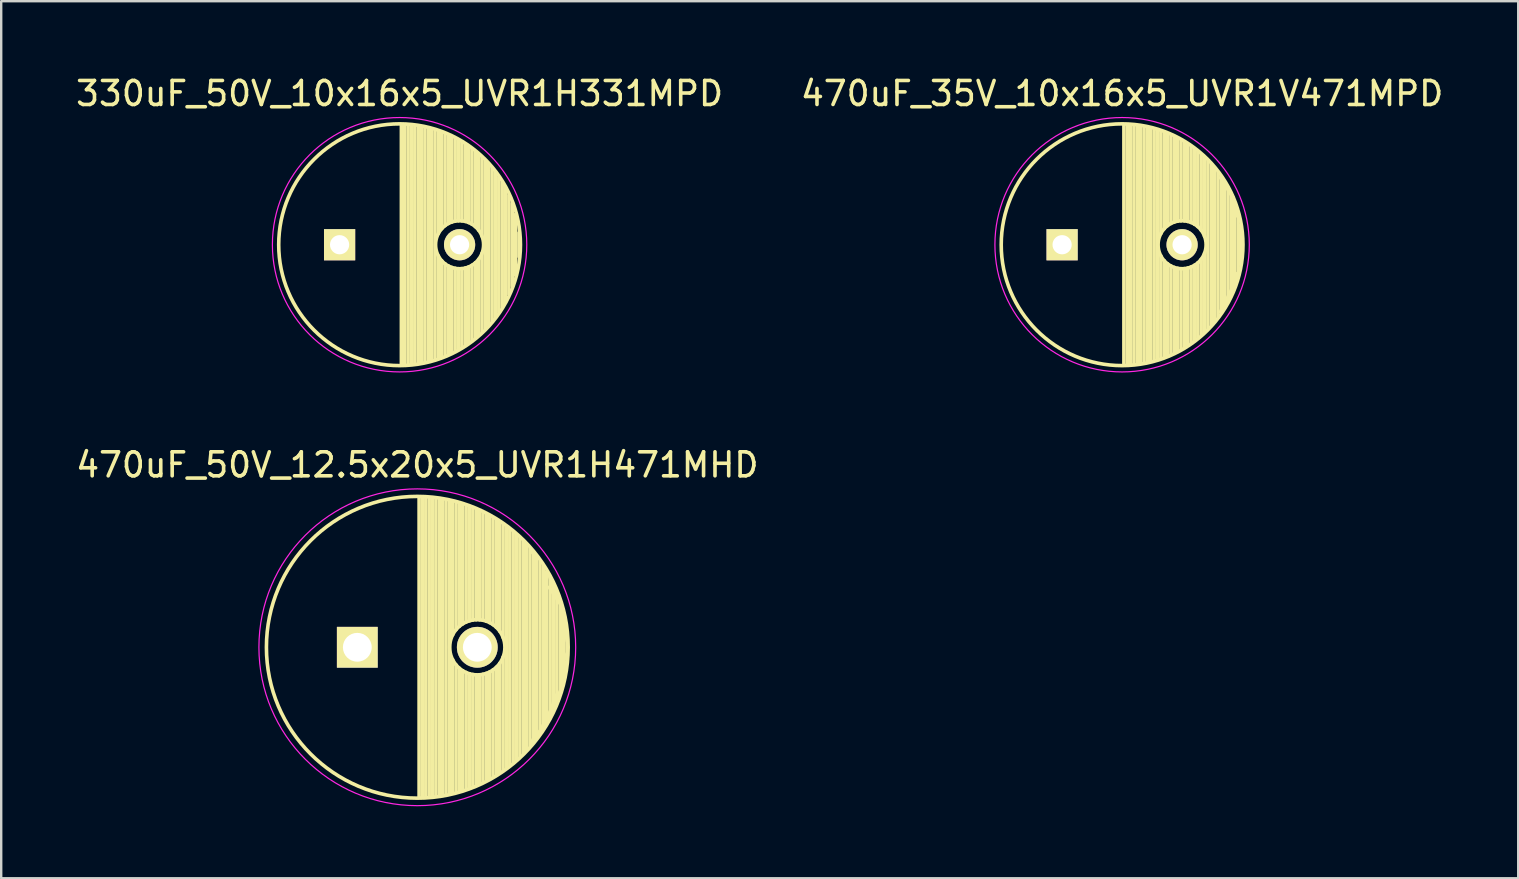
<source format=kicad_pcb>
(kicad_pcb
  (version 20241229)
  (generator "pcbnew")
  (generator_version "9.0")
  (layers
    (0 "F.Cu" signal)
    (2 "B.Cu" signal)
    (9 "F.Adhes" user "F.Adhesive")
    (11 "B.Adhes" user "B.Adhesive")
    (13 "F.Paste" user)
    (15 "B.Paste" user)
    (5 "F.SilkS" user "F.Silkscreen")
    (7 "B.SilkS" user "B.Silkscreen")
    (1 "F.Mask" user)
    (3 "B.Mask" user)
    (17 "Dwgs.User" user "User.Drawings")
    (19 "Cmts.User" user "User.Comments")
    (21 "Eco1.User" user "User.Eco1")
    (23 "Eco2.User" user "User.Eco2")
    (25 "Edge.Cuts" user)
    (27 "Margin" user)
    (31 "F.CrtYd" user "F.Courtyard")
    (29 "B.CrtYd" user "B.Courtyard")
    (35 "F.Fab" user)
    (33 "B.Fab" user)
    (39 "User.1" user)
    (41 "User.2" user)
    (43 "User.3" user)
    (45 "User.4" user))
  (footprint "470uF_50V_12.5x20x5_UVR1H471MHD"
    (layer "F.Cu")
    (at 11.839 23.922)
    (property "Reference" "470uF_50V_12.5x20x5_UVR1H471MHD" (at 2.5 -7.6 0) (layer "F.SilkS") (effects (font (size 1 1) (thickness 0.15))))
    (attr through_hole)
    (fp_line (start 2.575 -6.25) (end 2.575 6.25) (stroke (width 0.15) (type solid)) (layer "F.SilkS"))
    (fp_line (start 2.715 -6.246) (end 2.715 6.246) (stroke (width 0.15) (type solid)) (layer "F.SilkS"))
    (fp_line (start 2.855 -6.24) (end 2.855 6.24) (stroke (width 0.15) (type solid)) (layer "F.SilkS"))
    (fp_line (start 2.995 -6.23) (end 2.995 6.23) (stroke (width 0.15) (type solid)) (layer "F.SilkS"))
    (fp_line (start 3.135 -6.218) (end 3.135 6.218) (stroke (width 0.15) (type solid)) (layer "F.SilkS"))
    (fp_line (start 3.275 -6.202) (end 3.275 6.202) (stroke (width 0.15) (type solid)) (layer "F.SilkS"))
    (fp_line (start 3.415 -6.183) (end 3.415 6.183) (stroke (width 0.15) (type solid)) (layer "F.SilkS"))
    (fp_line (start 3.555 -6.16) (end 3.555 6.16) (stroke (width 0.15) (type solid)) (layer "F.SilkS"))
    (fp_line (start 3.695 -6.135) (end 3.695 6.135) (stroke (width 0.15) (type solid)) (layer "F.SilkS"))
    (fp_line (start 3.835 -6.106) (end 3.835 6.106) (stroke (width 0.15) (type solid)) (layer "F.SilkS"))
    (fp_line (start 3.975 -6.073) (end 3.975 -0.521) (stroke (width 0.15) (type solid)) (layer "F.SilkS"))
    (fp_line (start 3.975 0.521) (end 3.975 6.073) (stroke (width 0.15) (type solid)) (layer "F.SilkS"))
    (fp_line (start 4.115 -6.038) (end 4.115 -0.734) (stroke (width 0.15) (type solid)) (layer "F.SilkS"))
    (fp_line (start 4.115 0.734) (end 4.115 6.038) (stroke (width 0.15) (type solid)) (layer "F.SilkS"))
    (fp_line (start 4.255 -5.999) (end 4.255 -0.876) (stroke (width 0.15) (type solid)) (layer "F.SilkS"))
    (fp_line (start 4.255 0.876) (end 4.255 5.999) (stroke (width 0.15) (type solid)) (layer "F.SilkS"))
    (fp_line (start 4.395 -5.956) (end 4.395 -0.978) (stroke (width 0.15) (type solid)) (layer "F.SilkS"))
    (fp_line (start 4.395 0.978) (end 4.395 5.956) (stroke (width 0.15) (type solid)) (layer "F.SilkS"))
    (fp_line (start 4.535 -5.909) (end 4.535 -1.052) (stroke (width 0.15) (type solid)) (layer "F.SilkS"))
    (fp_line (start 4.535 1.052) (end 4.535 5.909) (stroke (width 0.15) (type solid)) (layer "F.SilkS"))
    (fp_line (start 4.675 -5.859) (end 4.675 -1.103) (stroke (width 0.15) (type solid)) (layer "F.SilkS"))
    (fp_line (start 4.675 1.103) (end 4.675 5.859) (stroke (width 0.15) (type solid)) (layer "F.SilkS"))
    (fp_line (start 4.815 -5.805) (end 4.815 -1.135) (stroke (width 0.15) (type solid)) (layer "F.SilkS"))
    (fp_line (start 4.815 1.135) (end 4.815 5.805) (stroke (width 0.15) (type solid)) (layer "F.SilkS"))
    (fp_line (start 4.955 -5.748) (end 4.955 -1.149) (stroke (width 0.15) (type solid)) (layer "F.SilkS"))
    (fp_line (start 4.955 1.149) (end 4.955 5.748) (stroke (width 0.15) (type solid)) (layer "F.SilkS"))
    (fp_line (start 5.095 -5.686) (end 5.095 -1.146) (stroke (width 0.15) (type solid)) (layer "F.SilkS"))
    (fp_line (start 5.095 1.146) (end 5.095 5.686) (stroke (width 0.15) (type solid)) (layer "F.SilkS"))
    (fp_line (start 5.235 -5.62) (end 5.235 -1.126) (stroke (width 0.15) (type solid)) (layer "F.SilkS"))
    (fp_line (start 5.235 1.126) (end 5.235 5.62) (stroke (width 0.15) (type solid)) (layer "F.SilkS"))
    (fp_line (start 5.375 -5.549) (end 5.375 -1.087) (stroke (width 0.15) (type solid)) (layer "F.SilkS"))
    (fp_line (start 5.375 1.087) (end 5.375 5.549) (stroke (width 0.15) (type solid)) (layer "F.SilkS"))
    (fp_line (start 5.515 -5.475) (end 5.515 -1.028) (stroke (width 0.15) (type solid)) (layer "F.SilkS"))
    (fp_line (start 5.515 1.028) (end 5.515 5.475) (stroke (width 0.15) (type solid)) (layer "F.SilkS"))
    (fp_line (start 5.655 -5.395) (end 5.655 -0.945) (stroke (width 0.15) (type solid)) (layer "F.SilkS"))
    (fp_line (start 5.655 0.945) (end 5.655 5.395) (stroke (width 0.15) (type solid)) (layer "F.SilkS"))
    (fp_line (start 5.795 -5.311) (end 5.795 -0.831) (stroke (width 0.15) (type solid)) (layer "F.SilkS"))
    (fp_line (start 5.795 0.831) (end 5.795 5.311) (stroke (width 0.15) (type solid)) (layer "F.SilkS"))
    (fp_line (start 5.935 -5.221) (end 5.935 -0.67) (stroke (width 0.15) (type solid)) (layer "F.SilkS"))
    (fp_line (start 5.935 0.67) (end 5.935 5.221) (stroke (width 0.15) (type solid)) (layer "F.SilkS"))
    (fp_line (start 6.075 -5.127) (end 6.075 -0.409) (stroke (width 0.15) (type solid)) (layer "F.SilkS"))
    (fp_line (start 6.075 0.409) (end 6.075 5.127) (stroke (width 0.15) (type solid)) (layer "F.SilkS"))
    (fp_line (start 6.215 -5.026) (end 6.215 5.026) (stroke (width 0.15) (type solid)) (layer "F.SilkS"))
    (fp_line (start 6.355 -4.919) (end 6.355 4.919) (stroke (width 0.15) (type solid)) (layer "F.SilkS"))
    (fp_line (start 6.495 -4.807) (end 6.495 4.807) (stroke (width 0.15) (type solid)) (layer "F.SilkS"))
    (fp_line (start 6.635 -4.687) (end 6.635 4.687) (stroke (width 0.15) (type solid)) (layer "F.SilkS"))
    (fp_line (start 6.775 -4.559) (end 6.775 4.559) (stroke (width 0.15) (type solid)) (layer "F.SilkS"))
    (fp_line (start 6.915 -4.424) (end 6.915 4.424) (stroke (width 0.15) (type solid)) (layer "F.SilkS"))
    (fp_line (start 7 -4.25) (end 7 4.25) (stroke (width 0.15) (type solid)) (layer "F.SilkS"))
    (fp_line (start 7.055 -4.28) (end 7.055 4.28) (stroke (width 0.15) (type solid)) (layer "F.SilkS"))
    (fp_line (start 7.195 -4.125) (end 7.195 4.125) (stroke (width 0.15) (type solid)) (layer "F.SilkS"))
    (fp_line (start 7.335 -3.96) (end 7.335 3.96) (stroke (width 0.15) (type solid)) (layer "F.SilkS"))
    (fp_line (start 7.475 -3.783) (end 7.475 3.783) (stroke (width 0.15) (type solid)) (layer "F.SilkS"))
    (fp_line (start 7.5 -3.75) (end 7.25 -4) (stroke (width 0.15) (type solid)) (layer "F.SilkS"))
    (fp_line (start 7.5 3.5) (end 7.25 4) (stroke (width 0.15) (type solid)) (layer "F.SilkS"))
    (fp_line (start 7.615 -3.592) (end 7.615 3.592) (stroke (width 0.15) (type solid)) (layer "F.SilkS"))
    (fp_line (start 7.75 3.25) (end 7.5 3.75) (stroke (width 0.15) (type solid)) (layer "F.SilkS"))
    (fp_line (start 7.755 -3.383) (end 7.755 3.383) (stroke (width 0.15) (type solid)) (layer "F.SilkS"))
    (fp_line (start 7.895 -3.155) (end 7.895 3.155) (stroke (width 0.15) (type solid)) (layer "F.SilkS"))
    (fp_line (start 8.035 -2.903) (end 8.035 2.903) (stroke (width 0.15) (type solid)) (layer "F.SilkS"))
    (fp_line (start 8.175 -2.619) (end 8.175 2.619) (stroke (width 0.15) (type solid)) (layer "F.SilkS"))
    (fp_line (start 8.25 -2.25) (end 8 -3) (stroke (width 0.15) (type solid)) (layer "F.SilkS"))
    (fp_line (start 8.25 2) (end 8 3) (stroke (width 0.15) (type solid)) (layer "F.SilkS"))
    (fp_line (start 8.25 2.25) (end 7.75 3.25) (stroke (width 0.15) (type solid)) (layer "F.SilkS"))
    (fp_line (start 8.315 -2.291) (end 8.315 2.291) (stroke (width 0.15) (type solid)) (layer "F.SilkS"))
    (fp_line (start 8.455 -1.897) (end 8.455 1.897) (stroke (width 0.15) (type solid)) (layer "F.SilkS"))
    (fp_line (start 8.5 -1.75) (end 8 -2.5) (stroke (width 0.15) (type solid)) (layer "F.SilkS"))
    (fp_line (start 8.5 -1.5) (end 8.75 -0.25) (stroke (width 0.15) (type solid)) (layer "F.SilkS"))
    (fp_line (start 8.5 1.75) (end 8.25 2.25) (stroke (width 0.15) (type solid)) (layer "F.SilkS"))
    (fp_line (start 8.595 -1.383) (end 8.595 1.383) (stroke (width 0.15) (type solid)) (layer "F.SilkS"))
    (fp_line (start 8.735 -0.433) (end 8.735 0.433) (stroke (width 0.15) (type solid)) (layer "F.SilkS"))
    (fp_line (start 8.75 0.25) (end 8.5 0.75) (stroke (width 0.15) (type solid)) (layer "F.SilkS"))
    (fp_line (start 8.75 0.5) (end 8.5 1.5) (stroke (width 0.15) (type solid)) (layer "F.SilkS"))
    (fp_circle (center 2.5 0) (end 2.5 -6.287) (stroke (width 0.15) (type solid)) (fill no) (layer "F.SilkS"))
    (fp_circle (center 5 0) (end 5 -1.15) (stroke (width 0.15) (type solid)) (fill no) (layer "F.SilkS"))
    (fp_circle (center 2.5 0) (end 2.5 -6.6) (stroke (width 0.05) (type solid)) (fill no) (layer "F.CrtYd"))
    (pad "1" thru_hole rect (at 0 0) (size 1.7 1.7) (drill 1.2) (layers "*.Cu" "*.Mask" "F.SilkS"))
    (pad "2" thru_hole circle (at 5 0) (size 1.7 1.7) (drill 1.2) (layers "*.Cu" "*.Mask" "F.SilkS")))
  (footprint "470uF_35V_10x16x5_UVR1V471MPD"
    (layer "F.Cu")
    (at 43.708 7.148)
    (property "Reference" "470uF_35V_10x16x5_UVR1V471MPD" (at 0 -6.3 0) (layer "F.SilkS") (effects (font (size 1 1) (thickness 0.15))))
    (attr through_hole)
    (fp_line (start 0.075 -4.999) (end 0.075 4.999) (stroke (width 0.15) (type solid)) (layer "F.SilkS"))
    (fp_line (start 0.215 -4.995) (end 0.215 4.995) (stroke (width 0.15) (type solid)) (layer "F.SilkS"))
    (fp_line (start 0.355 -4.987) (end 0.355 4.987) (stroke (width 0.15) (type solid)) (layer "F.SilkS"))
    (fp_line (start 0.495 -4.975) (end 0.495 4.975) (stroke (width 0.15) (type solid)) (layer "F.SilkS"))
    (fp_line (start 0.635 -4.96) (end 0.635 4.96) (stroke (width 0.15) (type solid)) (layer "F.SilkS"))
    (fp_line (start 0.775 -4.94) (end 0.775 4.94) (stroke (width 0.15) (type solid)) (layer "F.SilkS"))
    (fp_line (start 0.915 -4.916) (end 0.915 4.916) (stroke (width 0.15) (type solid)) (layer "F.SilkS"))
    (fp_line (start 1.055 -4.887) (end 1.055 4.887) (stroke (width 0.15) (type solid)) (layer "F.SilkS"))
    (fp_line (start 1.195 -4.855) (end 1.195 4.855) (stroke (width 0.15) (type solid)) (layer "F.SilkS"))
    (fp_line (start 1.335 -4.818) (end 1.335 4.818) (stroke (width 0.15) (type solid)) (layer "F.SilkS"))
    (fp_line (start 1.475 -4.777) (end 1.475 4.777) (stroke (width 0.15) (type solid)) (layer "F.SilkS"))
    (fp_line (start 1.615 -4.732) (end 1.615 -0.466) (stroke (width 0.15) (type solid)) (layer "F.SilkS"))
    (fp_line (start 1.615 0.466) (end 1.615 4.732) (stroke (width 0.15) (type solid)) (layer "F.SilkS"))
    (fp_line (start 1.755 -4.682) (end 1.755 -0.667) (stroke (width 0.15) (type solid)) (layer "F.SilkS"))
    (fp_line (start 1.755 0.667) (end 1.755 4.682) (stroke (width 0.15) (type solid)) (layer "F.SilkS"))
    (fp_line (start 1.895 -4.627) (end 1.895 -0.796) (stroke (width 0.15) (type solid)) (layer "F.SilkS"))
    (fp_line (start 1.895 0.796) (end 1.895 4.627) (stroke (width 0.15) (type solid)) (layer "F.SilkS"))
    (fp_line (start 2.035 -4.567) (end 2.035 -0.885) (stroke (width 0.15) (type solid)) (layer "F.SilkS"))
    (fp_line (start 2.035 0.885) (end 2.035 4.567) (stroke (width 0.15) (type solid)) (layer "F.SilkS"))
    (fp_line (start 2.175 -4.502) (end 2.175 -0.946) (stroke (width 0.15) (type solid)) (layer "F.SilkS"))
    (fp_line (start 2.175 0.946) (end 2.175 4.502) (stroke (width 0.15) (type solid)) (layer "F.SilkS"))
    (fp_line (start 2.315 -4.432) (end 2.315 -0.983) (stroke (width 0.15) (type solid)) (layer "F.SilkS"))
    (fp_line (start 2.315 0.983) (end 2.315 4.432) (stroke (width 0.15) (type solid)) (layer "F.SilkS"))
    (fp_line (start 2.455 -4.356) (end 2.455 -0.999) (stroke (width 0.15) (type solid)) (layer "F.SilkS"))
    (fp_line (start 2.455 0.999) (end 2.455 4.356) (stroke (width 0.15) (type solid)) (layer "F.SilkS"))
    (fp_line (start 2.595 -4.274) (end 2.595 -0.995) (stroke (width 0.15) (type solid)) (layer "F.SilkS"))
    (fp_line (start 2.595 0.995) (end 2.595 4.274) (stroke (width 0.15) (type solid)) (layer "F.SilkS"))
    (fp_line (start 2.735 -4.186) (end 2.735 -0.972) (stroke (width 0.15) (type solid)) (layer "F.SilkS"))
    (fp_line (start 2.735 0.972) (end 2.735 4.186) (stroke (width 0.15) (type solid)) (layer "F.SilkS"))
    (fp_line (start 2.875 -4.091) (end 2.875 -0.927) (stroke (width 0.15) (type solid)) (layer "F.SilkS"))
    (fp_line (start 2.875 0.927) (end 2.875 4.091) (stroke (width 0.15) (type solid)) (layer "F.SilkS"))
    (fp_line (start 3.015 -3.989) (end 3.015 -0.857) (stroke (width 0.15) (type solid)) (layer "F.SilkS"))
    (fp_line (start 3.015 0.857) (end 3.015 3.989) (stroke (width 0.15) (type solid)) (layer "F.SilkS"))
    (fp_line (start 3.155 -3.879) (end 3.155 -0.756) (stroke (width 0.15) (type solid)) (layer "F.SilkS"))
    (fp_line (start 3.155 0.756) (end 3.155 3.879) (stroke (width 0.15) (type solid)) (layer "F.SilkS"))
    (fp_line (start 3.295 -3.761) (end 3.295 -0.607) (stroke (width 0.15) (type solid)) (layer "F.SilkS"))
    (fp_line (start 3.295 0.607) (end 3.295 3.761) (stroke (width 0.15) (type solid)) (layer "F.SilkS"))
    (fp_line (start 3.435 -3.633) (end 3.435 -0.355) (stroke (width 0.15) (type solid)) (layer "F.SilkS"))
    (fp_line (start 3.435 0.355) (end 3.435 3.633) (stroke (width 0.15) (type solid)) (layer "F.SilkS"))
    (fp_line (start 3.575 -3.496) (end 3.575 3.496) (stroke (width 0.15) (type solid)) (layer "F.SilkS"))
    (fp_line (start 3.715 -3.346) (end 3.715 3.346) (stroke (width 0.15) (type solid)) (layer "F.SilkS"))
    (fp_line (start 3.855 -3.184) (end 3.855 3.184) (stroke (width 0.15) (type solid)) (layer "F.SilkS"))
    (fp_line (start 3.995 -3.007) (end 3.995 3.007) (stroke (width 0.15) (type solid)) (layer "F.SilkS"))
    (fp_line (start 4.135 -2.811) (end 4.135 2.811) (stroke (width 0.15) (type solid)) (layer "F.SilkS"))
    (fp_line (start 4.275 -2.593) (end 4.275 2.593) (stroke (width 0.15) (type solid)) (layer "F.SilkS"))
    (fp_line (start 4.415 -2.347) (end 4.415 2.347) (stroke (width 0.15) (type solid)) (layer "F.SilkS"))
    (fp_line (start 4.5 2) (end 4.1 2.8) (stroke (width 0.15) (type solid)) (layer "F.SilkS"))
    (fp_line (start 4.555 -2.062) (end 4.555 2.062) (stroke (width 0.15) (type solid)) (layer "F.SilkS"))
    (fp_line (start 4.6 -2) (end 4.1 -2.8) (stroke (width 0.15) (type solid)) (layer "F.SilkS"))
    (fp_line (start 4.695 -1.72) (end 4.695 1.72) (stroke (width 0.15) (type solid)) (layer "F.SilkS"))
    (fp_line (start 4.7 1.6) (end 4.5 2) (stroke (width 0.15) (type solid)) (layer "F.SilkS"))
    (fp_line (start 4.8 -1.2) (end 4.6 -2) (stroke (width 0.15) (type solid)) (layer "F.SilkS"))
    (fp_line (start 4.8 1.2) (end 4.7 1.6) (stroke (width 0.15) (type solid)) (layer "F.SilkS"))
    (fp_line (start 4.835 -1.274) (end 4.835 1.274) (stroke (width 0.15) (type solid)) (layer "F.SilkS"))
    (fp_line (start 4.9 -0.8) (end 4.9 0.8) (stroke (width 0.15) (type solid)) (layer "F.SilkS"))
    (fp_line (start 4.975 -0.499) (end 4.975 0.499) (stroke (width 0.15) (type solid)) (layer "F.SilkS"))
    (fp_circle (center 0 0) (end 0 -5.037) (stroke (width 0.15) (type solid)) (fill no) (layer "F.SilkS"))
    (fp_circle (center 2.5 0) (end 2.5 -1) (stroke (width 0.15) (type solid)) (fill no) (layer "F.SilkS"))
    (fp_circle (center 0 0) (end 0 -5.3) (stroke (width 0.05) (type solid)) (fill no) (layer "F.CrtYd"))
    (pad "1" thru_hole rect (at -2.5 0) (size 1.3 1.3) (drill 0.8) (layers "*.Cu" "*.Mask" "F.SilkS"))
    (pad "2" thru_hole circle (at 2.5 0) (size 1.3 1.3) (drill 0.8) (layers "*.Cu" "*.Mask" "F.SilkS")))
  (footprint "330uF_50V_10x16x5_UVR1H331MPD"
    (layer "F.Cu")
    (at 13.601 7.148)
    (property "Reference" "330uF_50V_10x16x5_UVR1H331MPD" (at 0 -6.3 0) (layer "F.SilkS") (effects (font (size 1 1) (thickness 0.15))))
    (attr through_hole)
    (fp_line (start 0.075 -4.999) (end 0.075 4.999) (stroke (width 0.15) (type solid)) (layer "F.SilkS"))
    (fp_line (start 0.215 -4.995) (end 0.215 4.995) (stroke (width 0.15) (type solid)) (layer "F.SilkS"))
    (fp_line (start 0.355 -4.987) (end 0.355 4.987) (stroke (width 0.15) (type solid)) (layer "F.SilkS"))
    (fp_line (start 0.495 -4.975) (end 0.495 4.975) (stroke (width 0.15) (type solid)) (layer "F.SilkS"))
    (fp_line (start 0.635 -4.96) (end 0.635 4.96) (stroke (width 0.15) (type solid)) (layer "F.SilkS"))
    (fp_line (start 0.775 -4.94) (end 0.775 4.94) (stroke (width 0.15) (type solid)) (layer "F.SilkS"))
    (fp_line (start 0.915 -4.916) (end 0.915 4.916) (stroke (width 0.15) (type solid)) (layer "F.SilkS"))
    (fp_line (start 1.055 -4.887) (end 1.055 4.887) (stroke (width 0.15) (type solid)) (layer "F.SilkS"))
    (fp_line (start 1.195 -4.855) (end 1.195 4.855) (stroke (width 0.15) (type solid)) (layer "F.SilkS"))
    (fp_line (start 1.335 -4.818) (end 1.335 4.818) (stroke (width 0.15) (type solid)) (layer "F.SilkS"))
    (fp_line (start 1.475 -4.777) (end 1.475 4.777) (stroke (width 0.15) (type solid)) (layer "F.SilkS"))
    (fp_line (start 1.615 -4.732) (end 1.615 -0.466) (stroke (width 0.15) (type solid)) (layer "F.SilkS"))
    (fp_line (start 1.615 0.466) (end 1.615 4.732) (stroke (width 0.15) (type solid)) (layer "F.SilkS"))
    (fp_line (start 1.755 -4.682) (end 1.755 -0.667) (stroke (width 0.15) (type solid)) (layer "F.SilkS"))
    (fp_line (start 1.755 0.667) (end 1.755 4.682) (stroke (width 0.15) (type solid)) (layer "F.SilkS"))
    (fp_line (start 1.895 -4.627) (end 1.895 -0.796) (stroke (width 0.15) (type solid)) (layer "F.SilkS"))
    (fp_line (start 1.895 0.796) (end 1.895 4.627) (stroke (width 0.15) (type solid)) (layer "F.SilkS"))
    (fp_line (start 2.035 -4.567) (end 2.035 -0.885) (stroke (width 0.15) (type solid)) (layer "F.SilkS"))
    (fp_line (start 2.035 0.885) (end 2.035 4.567) (stroke (width 0.15) (type solid)) (layer "F.SilkS"))
    (fp_line (start 2.175 -4.502) (end 2.175 -0.946) (stroke (width 0.15) (type solid)) (layer "F.SilkS"))
    (fp_line (start 2.175 0.946) (end 2.175 4.502) (stroke (width 0.15) (type solid)) (layer "F.SilkS"))
    (fp_line (start 2.315 -4.432) (end 2.315 -0.983) (stroke (width 0.15) (type solid)) (layer "F.SilkS"))
    (fp_line (start 2.315 0.983) (end 2.315 4.432) (stroke (width 0.15) (type solid)) (layer "F.SilkS"))
    (fp_line (start 2.455 -4.356) (end 2.455 -0.999) (stroke (width 0.15) (type solid)) (layer "F.SilkS"))
    (fp_line (start 2.455 0.999) (end 2.455 4.356) (stroke (width 0.15) (type solid)) (layer "F.SilkS"))
    (fp_line (start 2.595 -4.274) (end 2.595 -0.995) (stroke (width 0.15) (type solid)) (layer "F.SilkS"))
    (fp_line (start 2.595 0.995) (end 2.595 4.274) (stroke (width 0.15) (type solid)) (layer "F.SilkS"))
    (fp_line (start 2.735 -4.186) (end 2.735 -0.972) (stroke (width 0.15) (type solid)) (layer "F.SilkS"))
    (fp_line (start 2.735 0.972) (end 2.735 4.186) (stroke (width 0.15) (type solid)) (layer "F.SilkS"))
    (fp_line (start 2.875 -4.091) (end 2.875 -0.927) (stroke (width 0.15) (type solid)) (layer "F.SilkS"))
    (fp_line (start 2.875 0.927) (end 2.875 4.091) (stroke (width 0.15) (type solid)) (layer "F.SilkS"))
    (fp_line (start 3.015 -3.989) (end 3.015 -0.857) (stroke (width 0.15) (type solid)) (layer "F.SilkS"))
    (fp_line (start 3.015 0.857) (end 3.015 3.989) (stroke (width 0.15) (type solid)) (layer "F.SilkS"))
    (fp_line (start 3.155 -3.879) (end 3.155 -0.756) (stroke (width 0.15) (type solid)) (layer "F.SilkS"))
    (fp_line (start 3.155 0.756) (end 3.155 3.879) (stroke (width 0.15) (type solid)) (layer "F.SilkS"))
    (fp_line (start 3.295 -3.761) (end 3.295 -0.607) (stroke (width 0.15) (type solid)) (layer "F.SilkS"))
    (fp_line (start 3.295 0.607) (end 3.295 3.761) (stroke (width 0.15) (type solid)) (layer "F.SilkS"))
    (fp_line (start 3.435 -3.633) (end 3.435 -0.355) (stroke (width 0.15) (type solid)) (layer "F.SilkS"))
    (fp_line (start 3.435 0.355) (end 3.435 3.633) (stroke (width 0.15) (type solid)) (layer "F.SilkS"))
    (fp_line (start 3.575 -3.496) (end 3.575 3.496) (stroke (width 0.15) (type solid)) (layer "F.SilkS"))
    (fp_line (start 3.715 -3.346) (end 3.715 3.346) (stroke (width 0.15) (type solid)) (layer "F.SilkS"))
    (fp_line (start 3.855 -3.184) (end 3.855 3.184) (stroke (width 0.15) (type solid)) (layer "F.SilkS"))
    (fp_line (start 3.995 -3.007) (end 3.995 3.007) (stroke (width 0.15) (type solid)) (layer "F.SilkS"))
    (fp_line (start 4.135 -2.811) (end 4.135 2.811) (stroke (width 0.15) (type solid)) (layer "F.SilkS"))
    (fp_line (start 4.275 -2.593) (end 4.275 2.593) (stroke (width 0.15) (type solid)) (layer "F.SilkS"))
    (fp_line (start 4.415 -2.347) (end 4.415 2.347) (stroke (width 0.15) (type solid)) (layer "F.SilkS"))
    (fp_line (start 4.555 -2.062) (end 4.555 2.062) (stroke (width 0.15) (type solid)) (layer "F.SilkS"))
    (fp_line (start 4.695 -1.72) (end 4.695 1.72) (stroke (width 0.15) (type solid)) (layer "F.SilkS"))
    (fp_line (start 4.835 -1.274) (end 4.835 1.274) (stroke (width 0.15) (type solid)) (layer "F.SilkS"))
    (fp_line (start 4.975 -0.499) (end 4.975 0.499) (stroke (width 0.15) (type solid)) (layer "F.SilkS"))
    (fp_circle (center 0 0) (end 0 -5.037) (stroke (width 0.15) (type solid)) (fill no) (layer "F.SilkS"))
    (fp_circle (center 2.5 0) (end 2.5 -1) (stroke (width 0.15) (type solid)) (fill no) (layer "F.SilkS"))
    (fp_circle (center 0 0) (end 0 -5.3) (stroke (width 0.05) (type solid)) (fill no) (layer "F.CrtYd"))
    (pad "1" thru_hole rect (at -2.5 0) (size 1.3 1.3) (drill 0.8) (layers "*.Cu" "*.Mask" "F.SilkS"))
    (pad "2" thru_hole circle (at 2.5 0) (size 1.3 1.3) (drill 0.8) (layers "*.Cu" "*.Mask" "F.SilkS")))
  (gr_rect
    (start -3 -3)
    (end 60.214 33.547)
    (stroke (width 0.1) (type default))
    (fill no)
    (layer "Edge.Cuts")))
</source>
